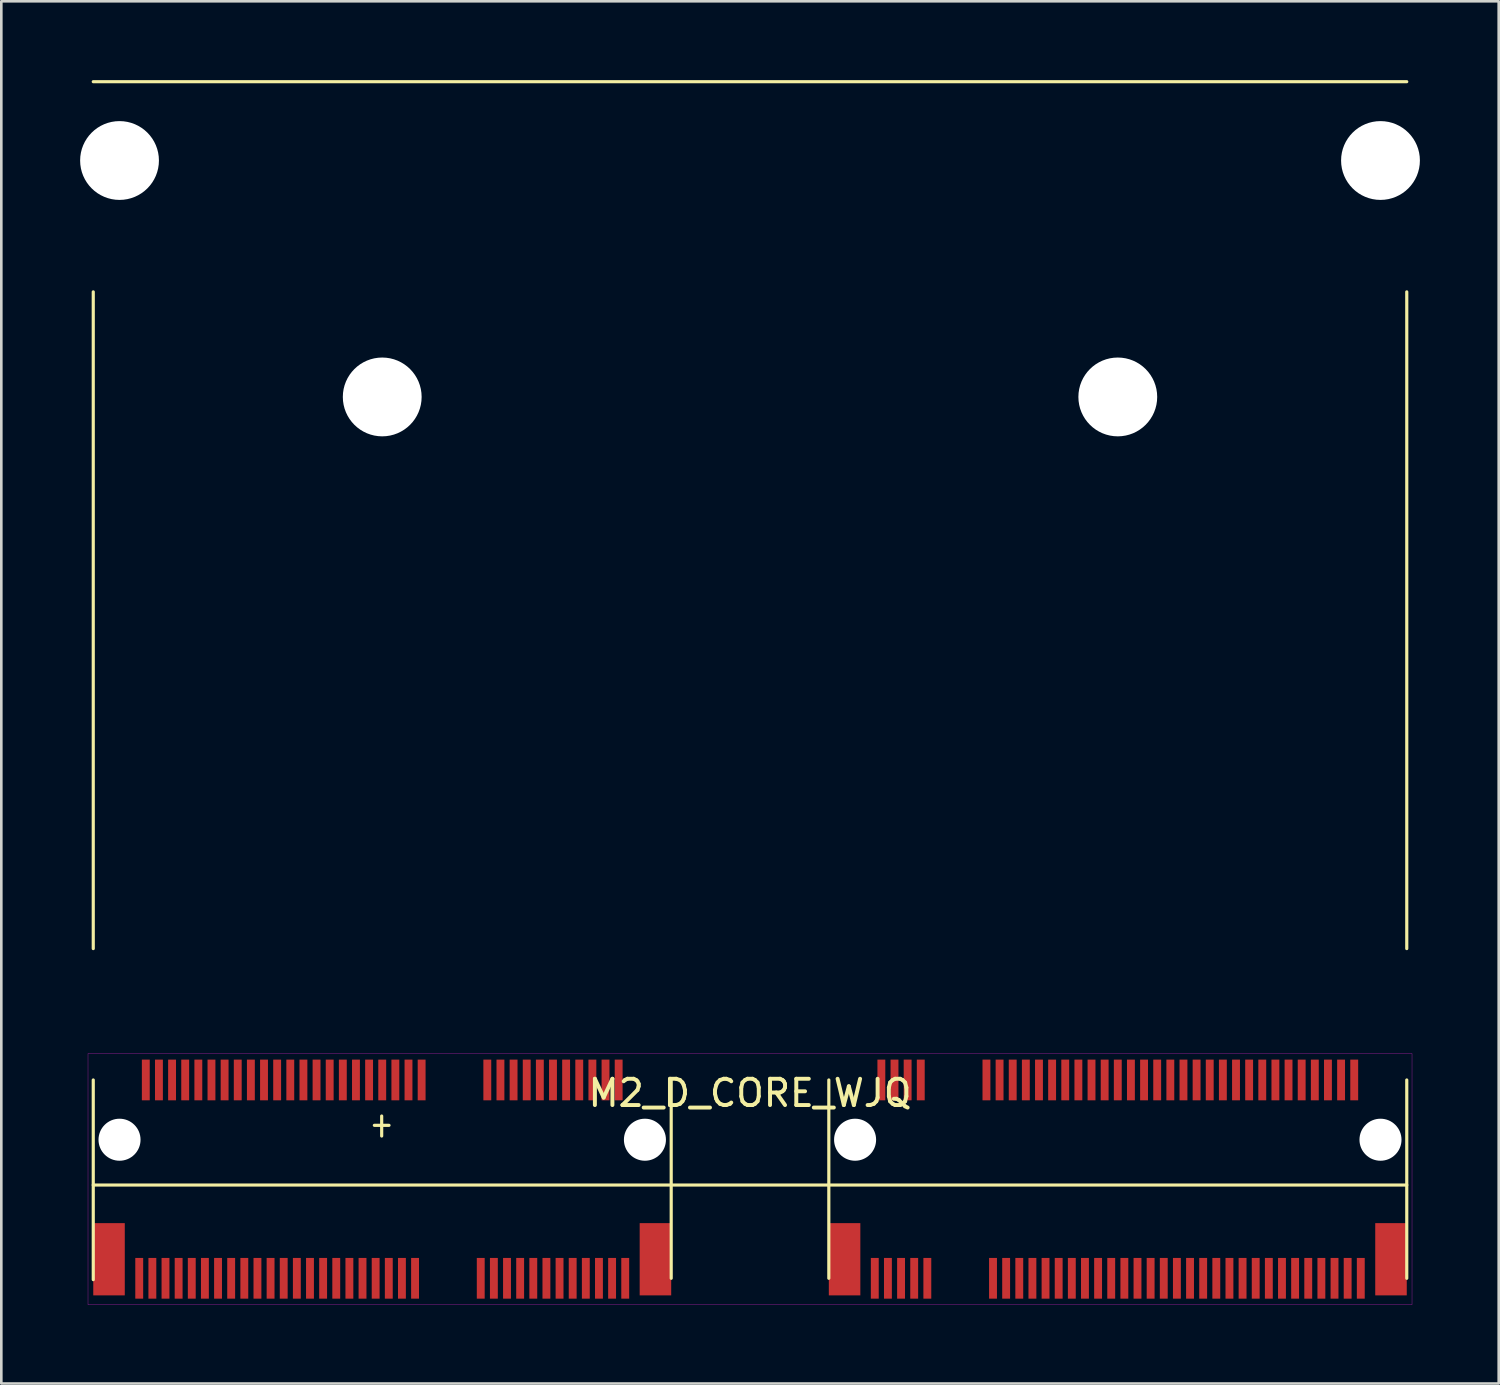
<source format=kicad_pcb>
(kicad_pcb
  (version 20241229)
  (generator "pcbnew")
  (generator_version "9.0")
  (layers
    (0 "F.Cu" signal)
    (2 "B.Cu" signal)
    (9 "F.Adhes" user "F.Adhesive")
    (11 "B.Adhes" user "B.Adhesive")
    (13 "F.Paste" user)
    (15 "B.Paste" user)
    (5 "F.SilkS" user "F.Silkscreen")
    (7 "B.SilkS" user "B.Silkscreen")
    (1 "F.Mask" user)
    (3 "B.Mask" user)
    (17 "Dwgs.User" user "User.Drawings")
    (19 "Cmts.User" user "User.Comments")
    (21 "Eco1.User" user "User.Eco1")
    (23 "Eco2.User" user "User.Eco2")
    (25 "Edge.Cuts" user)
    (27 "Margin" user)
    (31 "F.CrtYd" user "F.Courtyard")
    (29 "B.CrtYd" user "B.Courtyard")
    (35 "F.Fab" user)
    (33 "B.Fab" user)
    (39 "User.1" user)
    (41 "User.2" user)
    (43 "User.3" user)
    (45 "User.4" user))
  (footprint "M2_D_CORE_WJQ"
    (layer "F.Cu")
    (at 25.5 38.06)
    (property "Reference" "M2_D_CORE_WJQ" (at 0 0.5 0) (layer "F.SilkS") (effects (font (size 1 1) (thickness 0.15))))
    (attr through_hole)
    (fp_line (start -25 -38) (end 25 -38) (stroke (width 0.12) (type solid)) (layer "F.SilkS"))
    (fp_line (start -25 -5) (end -25 -30) (stroke (width 0.12) (type solid)) (layer "F.SilkS"))
    (fp_line (start -25 0) (end -25 7.601) (stroke (width 0.12) (type solid)) (layer "F.SilkS"))
    (fp_line (start -25 4) (end 25 4) (stroke (width 0.12) (type solid)) (layer "F.SilkS"))
    (fp_line (start -14.3 1.727) (end -13.741 1.727) (stroke (width 0.12) (type solid)) (layer "F.SilkS"))
    (fp_line (start -14.021 1.372) (end -14.021 2.134) (stroke (width 0.12) (type solid)) (layer "F.SilkS"))
    (fp_line (start -3 0) (end -3 7.55) (stroke (width 0.12) (type solid)) (layer "F.SilkS"))
    (fp_line (start 3 0) (end 3 7.55) (stroke (width 0.12) (type solid)) (layer "F.SilkS"))
    (fp_line (start 25 -5) (end 25 -30) (stroke (width 0.12) (type solid)) (layer "F.SilkS"))
    (fp_line (start 25 0) (end 25 7.55) (stroke (width 0.12) (type solid)) (layer "F.SilkS"))
    (fp_line (start -25.2 -1) (end -25.2 8.55) (stroke (width 0.01) (type solid)) (layer "F.CrtYd"))
    (fp_line (start -25.2 8.55) (end 25.2 8.55) (stroke (width 0.01) (type solid)) (layer "F.CrtYd"))
    (fp_line (start 25.2 -1) (end -25.2 -1) (stroke (width 0.01) (type solid)) (layer "F.CrtYd"))
    (fp_line (start 25.2 8.55) (end 25.2 -1) (stroke (width 0.01) (type solid)) (layer "F.CrtYd"))
    (pad "" np_thru_hole circle (at -24 -35) (size 3 3) (drill 3) (layers "*.Cu" "*.Mask"))
    (pad "" np_thru_hole circle (at -24 2.275) (size 1.6 1.6) (drill 1.6) (layers "*.Cu" "*.Mask"))
    (pad "" np_thru_hole circle (at -14 -26) (size 3 3) (drill 3) (layers "*.Cu" "*.Mask"))
    (pad "" np_thru_hole circle (at -4 2.275) (size 1.6 1.6) (drill 1.6) (layers "*.Cu" "*.Mask"))
    (pad "" np_thru_hole circle (at 4 2.275) (size 1.6 1.6) (drill 1.6) (layers "*.Cu" "*.Mask"))
    (pad "" np_thru_hole circle (at 14 -26) (size 3 3) (drill 3) (layers "*.Cu" "*.Mask"))
    (pad "" np_thru_hole circle (at 24 -35) (size 3 3) (drill 3) (layers "*.Cu" "*.Mask"))
    (pad "" np_thru_hole circle (at 24 2.275) (size 1.6 1.6) (drill 1.6) (layers "*.Cu" "*.Mask"))
    (pad "E1" smd rect (at -4.75 7.55) (size 0.3 1.55) (layers "F.Cu" "F.Mask" "F.Paste"))
    (pad "E2" smd rect (at -5 0) (size 0.3 1.55) (layers "F.Cu" "F.Mask" "F.Paste"))
    (pad "E3" smd rect (at -5.25 7.55) (size 0.3 1.55) (layers "F.Cu" "F.Mask" "F.Paste"))
    (pad "E4" smd rect (at -5.5 0) (size 0.3 1.55) (layers "F.Cu" "F.Mask" "F.Paste"))
    (pad "E5" smd rect (at -5.75 7.55) (size 0.3 1.55) (layers "F.Cu" "F.Mask" "F.Paste"))
    (pad "E6" smd rect (at -6 0) (size 0.3 1.55) (layers "F.Cu" "F.Mask" "F.Paste"))
    (pad "E7" smd rect (at -6.25 7.55) (size 0.3 1.55) (layers "F.Cu" "F.Mask" "F.Paste"))
    (pad "E8" smd rect (at -6.5 0) (size 0.3 1.55) (layers "F.Cu" "F.Mask" "F.Paste"))
    (pad "E9" smd rect (at -6.75 7.55) (size 0.3 1.55) (layers "F.Cu" "F.Mask" "F.Paste"))
    (pad "E10" smd rect (at -7 0) (size 0.3 1.55) (layers "F.Cu" "F.Mask" "F.Paste"))
    (pad "E11" smd rect (at -7.25 7.55) (size 0.3 1.55) (layers "F.Cu" "F.Mask" "F.Paste"))
    (pad "E12" smd rect (at -7.5 0) (size 0.3 1.55) (layers "F.Cu" "F.Mask" "F.Paste"))
    (pad "E13" smd rect (at -7.75 7.55) (size 0.3 1.55) (layers "F.Cu" "F.Mask" "F.Paste"))
    (pad "E14" smd rect (at -8 0) (size 0.3 1.55) (layers "F.Cu" "F.Mask" "F.Paste"))
    (pad "E15" smd rect (at -8.25 7.55) (size 0.3 1.55) (layers "F.Cu" "F.Mask" "F.Paste"))
    (pad "E16" smd rect (at -8.5 0) (size 0.3 1.55) (layers "F.Cu" "F.Mask" "F.Paste"))
    (pad "E17" smd rect (at -8.75 7.55) (size 0.3 1.55) (layers "F.Cu" "F.Mask" "F.Paste"))
    (pad "E18" smd rect (at -9 0) (size 0.3 1.55) (layers "F.Cu" "F.Mask" "F.Paste"))
    (pad "E19" smd rect (at -9.25 7.55) (size 0.3 1.55) (layers "F.Cu" "F.Mask" "F.Paste"))
    (pad "E20" smd rect (at -9.5 0) (size 0.3 1.55) (layers "F.Cu" "F.Mask" "F.Paste"))
    (pad "E21" smd rect (at -9.75 7.55) (size 0.3 1.55) (layers "F.Cu" "F.Mask" "F.Paste"))
    (pad "E22" smd rect (at -10 0) (size 0.3 1.55) (layers "F.Cu" "F.Mask" "F.Paste"))
    (pad "E23" smd rect (at -10.25 7.55) (size 0.3 1.55) (layers "F.Cu" "F.Mask" "F.Paste"))
    (pad "E32" smd rect (at -12.5 0) (size 0.3 1.55) (layers "F.Cu" "F.Mask" "F.Paste"))
    (pad "E33" smd rect (at -12.75 7.55) (size 0.3 1.55) (layers "F.Cu" "F.Mask" "F.Paste"))
    (pad "E34" smd rect (at -13 0) (size 0.3 1.55) (layers "F.Cu" "F.Mask" "F.Paste"))
    (pad "E35" smd rect (at -13.25 7.55) (size 0.3 1.55) (layers "F.Cu" "F.Mask" "F.Paste"))
    (pad "E36" smd rect (at -13.5 0) (size 0.3 1.55) (layers "F.Cu" "F.Mask" "F.Paste"))
    (pad "E37" smd rect (at -13.75 7.55) (size 0.3 1.55) (layers "F.Cu" "F.Mask" "F.Paste"))
    (pad "E38" smd rect (at -14 0) (size 0.3 1.55) (layers "F.Cu" "F.Mask" "F.Paste"))
    (pad "E39" smd rect (at -14.25 7.55) (size 0.3 1.55) (layers "F.Cu" "F.Mask" "F.Paste"))
    (pad "E40" smd rect (at -14.5 0) (size 0.3 1.55) (layers "F.Cu" "F.Mask" "F.Paste"))
    (pad "E41" smd rect (at -14.75 7.55) (size 0.3 1.55) (layers "F.Cu" "F.Mask" "F.Paste"))
    (pad "E42" smd rect (at -15 0) (size 0.3 1.55) (layers "F.Cu" "F.Mask" "F.Paste"))
    (pad "E43" smd rect (at -15.25 7.55) (size 0.3 1.55) (layers "F.Cu" "F.Mask" "F.Paste"))
    (pad "E44" smd rect (at -15.5 0) (size 0.3 1.55) (layers "F.Cu" "F.Mask" "F.Paste"))
    (pad "E45" smd rect (at -15.75 7.55) (size 0.3 1.55) (layers "F.Cu" "F.Mask" "F.Paste"))
    (pad "E46" smd rect (at -16 0) (size 0.3 1.55) (layers "F.Cu" "F.Mask" "F.Paste"))
    (pad "E47" smd rect (at -16.25 7.55) (size 0.3 1.55) (layers "F.Cu" "F.Mask" "F.Paste"))
    (pad "E48" smd rect (at -16.5 0) (size 0.3 1.55) (layers "F.Cu" "F.Mask" "F.Paste"))
    (pad "E49" smd rect (at -16.75 7.55) (size 0.3 1.55) (layers "F.Cu" "F.Mask" "F.Paste"))
    (pad "E50" smd rect (at -17 0) (size 0.3 1.55) (layers "F.Cu" "F.Mask" "F.Paste"))
    (pad "E51" smd rect (at -17.25 7.55) (size 0.3 1.55) (layers "F.Cu" "F.Mask" "F.Paste"))
    (pad "E52" smd rect (at -17.5 0) (size 0.3 1.55) (layers "F.Cu" "F.Mask" "F.Paste"))
    (pad "E53" smd rect (at -17.75 7.55) (size 0.3 1.55) (layers "F.Cu" "F.Mask" "F.Paste"))
    (pad "E54" smd rect (at -18 0) (size 0.3 1.55) (layers "F.Cu" "F.Mask" "F.Paste"))
    (pad "E55" smd rect (at -18.25 7.55) (size 0.3 1.55) (layers "F.Cu" "F.Mask" "F.Paste"))
    (pad "E56" smd rect (at -18.5 0) (size 0.3 1.55) (layers "F.Cu" "F.Mask" "F.Paste"))
    (pad "E57" smd rect (at -18.75 7.55) (size 0.3 1.55) (layers "F.Cu" "F.Mask" "F.Paste"))
    (pad "E58" smd rect (at -19 0) (size 0.3 1.55) (layers "F.Cu" "F.Mask" "F.Paste"))
    (pad "E59" smd rect (at -19.25 7.55) (size 0.3 1.55) (layers "F.Cu" "F.Mask" "F.Paste"))
    (pad "E60" smd rect (at -19.5 0) (size 0.3 1.55) (layers "F.Cu" "F.Mask" "F.Paste"))
    (pad "E61" smd rect (at -19.75 7.55) (size 0.3 1.55) (layers "F.Cu" "F.Mask" "F.Paste"))
    (pad "E62" smd rect (at -20 0) (size 0.3 1.55) (layers "F.Cu" "F.Mask" "F.Paste"))
    (pad "E63" smd rect (at -20.25 7.55) (size 0.3 1.55) (layers "F.Cu" "F.Mask" "F.Paste"))
    (pad "E64" smd rect (at -20.5 0) (size 0.3 1.55) (layers "F.Cu" "F.Mask" "F.Paste"))
    (pad "E65" smd rect (at -20.75 7.55) (size 0.3 1.55) (layers "F.Cu" "F.Mask" "F.Paste"))
    (pad "E66" smd rect (at -21 0) (size 0.3 1.55) (layers "F.Cu" "F.Mask" "F.Paste"))
    (pad "E67" smd rect (at -21.25 7.55) (size 0.3 1.55) (layers "F.Cu" "F.Mask" "F.Paste"))
    (pad "E68" smd rect (at -21.5 0) (size 0.3 1.55) (layers "F.Cu" "F.Mask" "F.Paste"))
    (pad "E69" smd rect (at -21.75 7.55) (size 0.3 1.55) (layers "F.Cu" "F.Mask" "F.Paste"))
    (pad "E70" smd rect (at -22 0) (size 0.3 1.55) (layers "F.Cu" "F.Mask" "F.Paste"))
    (pad "E71" smd rect (at -22.25 7.55) (size 0.3 1.55) (layers "F.Cu" "F.Mask" "F.Paste"))
    (pad "E72" smd rect (at -22.5 0) (size 0.3 1.55) (layers "F.Cu" "F.Mask" "F.Paste"))
    (pad "E73" smd rect (at -22.75 7.55) (size 0.3 1.55) (layers "F.Cu" "F.Mask" "F.Paste"))
    (pad "E74" smd rect (at -23 0) (size 0.3 1.55) (layers "F.Cu" "F.Mask" "F.Paste"))
    (pad "E75" smd rect (at -23.25 7.55) (size 0.3 1.55) (layers "F.Cu" "F.Mask" "F.Paste"))
    (pad "M1" smd rect (at 23.25 7.55) (size 0.3 1.55) (layers "F.Cu" "F.Mask" "F.Paste"))
    (pad "M2" smd rect (at 23 0) (size 0.3 1.55) (layers "F.Cu" "F.Mask" "F.Paste"))
    (pad "M3" smd rect (at 22.75 7.55) (size 0.3 1.55) (layers "F.Cu" "F.Mask" "F.Paste"))
    (pad "M4" smd rect (at 22.5 0) (size 0.3 1.55) (layers "F.Cu" "F.Mask" "F.Paste"))
    (pad "M5" smd rect (at 22.25 7.55) (size 0.3 1.55) (layers "F.Cu" "F.Mask" "F.Paste"))
    (pad "M6" smd rect (at 22 0) (size 0.3 1.55) (layers "F.Cu" "F.Mask" "F.Paste"))
    (pad "M7" smd rect (at 21.75 7.55) (size 0.3 1.55) (layers "F.Cu" "F.Mask" "F.Paste"))
    (pad "M8" smd rect (at 21.5 0) (size 0.3 1.55) (layers "F.Cu" "F.Mask" "F.Paste"))
    (pad "M9" smd rect (at 21.25 7.55) (size 0.3 1.55) (layers "F.Cu" "F.Mask" "F.Paste"))
    (pad "M10" smd rect (at 21 0) (size 0.3 1.55) (layers "F.Cu" "F.Mask" "F.Paste"))
    (pad "M11" smd rect (at 20.75 7.55) (size 0.3 1.55) (layers "F.Cu" "F.Mask" "F.Paste"))
    (pad "M12" smd rect (at 20.5 0) (size 0.3 1.55) (layers "F.Cu" "F.Mask" "F.Paste"))
    (pad "M13" smd rect (at 20.25 7.55) (size 0.3 1.55) (layers "F.Cu" "F.Mask" "F.Paste"))
    (pad "M14" smd rect (at 20 0) (size 0.3 1.55) (layers "F.Cu" "F.Mask" "F.Paste"))
    (pad "M15" smd rect (at 19.75 7.55) (size 0.3 1.55) (layers "F.Cu" "F.Mask" "F.Paste"))
    (pad "M16" smd rect (at 19.5 0) (size 0.3 1.55) (layers "F.Cu" "F.Mask" "F.Paste"))
    (pad "M17" smd rect (at 19.25 7.55) (size 0.3 1.55) (layers "F.Cu" "F.Mask" "F.Paste"))
    (pad "M18" smd rect (at 19 0) (size 0.3 1.55) (layers "F.Cu" "F.Mask" "F.Paste"))
    (pad "M19" smd rect (at 18.75 7.55) (size 0.3 1.55) (layers "F.Cu" "F.Mask" "F.Paste"))
    (pad "M20" smd rect (at 18.5 0) (size 0.3 1.55) (layers "F.Cu" "F.Mask" "F.Paste"))
    (pad "M21" smd rect (at 18.25 7.55) (size 0.3 1.55) (layers "F.Cu" "F.Mask" "F.Paste"))
    (pad "M22" smd rect (at 18 0) (size 0.3 1.55) (layers "F.Cu" "F.Mask" "F.Paste"))
    (pad "M23" smd rect (at 17.75 7.55) (size 0.3 1.55) (layers "F.Cu" "F.Mask" "F.Paste"))
    (pad "M24" smd rect (at 17.5 0) (size 0.3 1.55) (layers "F.Cu" "F.Mask" "F.Paste"))
    (pad "M25" smd rect (at 17.25 7.55) (size 0.3 1.55) (layers "F.Cu" "F.Mask" "F.Paste"))
    (pad "M26" smd rect (at 17 0) (size 0.3 1.55) (layers "F.Cu" "F.Mask" "F.Paste"))
    (pad "M27" smd rect (at 16.75 7.55) (size 0.3 1.55) (layers "F.Cu" "F.Mask" "F.Paste"))
    (pad "M28" smd rect (at 16.5 0) (size 0.3 1.55) (layers "F.Cu" "F.Mask" "F.Paste"))
    (pad "M29" smd rect (at 16.25 7.55) (size 0.3 1.55) (layers "F.Cu" "F.Mask" "F.Paste"))
    (pad "M30" smd rect (at 16 0) (size 0.3 1.55) (layers "F.Cu" "F.Mask" "F.Paste"))
    (pad "M31" smd rect (at 15.75 7.55) (size 0.3 1.55) (layers "F.Cu" "F.Mask" "F.Paste"))
    (pad "M32" smd rect (at 15.5 0) (size 0.3 1.55) (layers "F.Cu" "F.Mask" "F.Paste"))
    (pad "M33" smd rect (at 15.25 7.55) (size 0.3 1.55) (layers "F.Cu" "F.Mask" "F.Paste"))
    (pad "M34" smd rect (at 15 0) (size 0.3 1.55) (layers "F.Cu" "F.Mask" "F.Paste"))
    (pad "M35" smd rect (at 14.75 7.55) (size 0.3 1.55) (layers "F.Cu" "F.Mask" "F.Paste"))
    (pad "M36" smd rect (at 14.5 0) (size 0.3 1.55) (layers "F.Cu" "F.Mask" "F.Paste"))
    (pad "M37" smd rect (at 14.25 7.55) (size 0.3 1.55) (layers "F.Cu" "F.Mask" "F.Paste"))
    (pad "M38" smd rect (at 14 0) (size 0.3 1.55) (layers "F.Cu" "F.Mask" "F.Paste"))
    (pad "M39" smd rect (at 13.75 7.55) (size 0.3 1.55) (layers "F.Cu" "F.Mask" "F.Paste"))
    (pad "M40" smd rect (at 13.5 0) (size 0.3 1.55) (layers "F.Cu" "F.Mask" "F.Paste"))
    (pad "M41" smd rect (at 13.25 7.55) (size 0.3 1.55) (layers "F.Cu" "F.Mask" "F.Paste"))
    (pad "M42" smd rect (at 13 0) (size 0.3 1.55) (layers "F.Cu" "F.Mask" "F.Paste"))
    (pad "M43" smd rect (at 12.75 7.55) (size 0.3 1.55) (layers "F.Cu" "F.Mask" "F.Paste"))
    (pad "M44" smd rect (at 12.5 0) (size 0.3 1.55) (layers "F.Cu" "F.Mask" "F.Paste"))
    (pad "M45" smd rect (at 12.25 7.55) (size 0.3 1.55) (layers "F.Cu" "F.Mask" "F.Paste"))
    (pad "M46" smd rect (at 12 0) (size 0.3 1.55) (layers "F.Cu" "F.Mask" "F.Paste"))
    (pad "M47" smd rect (at 11.75 7.55) (size 0.3 1.55) (layers "F.Cu" "F.Mask" "F.Paste"))
    (pad "M48" smd rect (at 11.5 0) (size 0.3 1.55) (layers "F.Cu" "F.Mask" "F.Paste"))
    (pad "M49" smd rect (at 11.25 7.55) (size 0.3 1.55) (layers "F.Cu" "F.Mask" "F.Paste"))
    (pad "M50" smd rect (at 11 0) (size 0.3 1.55) (layers "F.Cu" "F.Mask" "F.Paste"))
    (pad "M51" smd rect (at 10.75 7.55) (size 0.3 1.55) (layers "F.Cu" "F.Mask" "F.Paste"))
    (pad "M52" smd rect (at 10.5 0) (size 0.3 1.55) (layers "F.Cu" "F.Mask" "F.Paste"))
    (pad "M53" smd rect (at 10.25 7.55) (size 0.3 1.55) (layers "F.Cu" "F.Mask" "F.Paste"))
    (pad "M54" smd rect (at 10 0) (size 0.3 1.55) (layers "F.Cu" "F.Mask" "F.Paste"))
    (pad "M55" smd rect (at 9.75 7.55) (size 0.3 1.55) (layers "F.Cu" "F.Mask" "F.Paste"))
    (pad "M56" smd rect (at 9.5 0) (size 0.3 1.55) (layers "F.Cu" "F.Mask" "F.Paste"))
    (pad "M57" smd rect (at 9.25 7.55) (size 0.3 1.55) (layers "F.Cu" "F.Mask" "F.Paste"))
    (pad "M58" smd rect (at 9 0) (size 0.3 1.55) (layers "F.Cu" "F.Mask" "F.Paste"))
    (pad "M67" smd rect (at 6.75 7.55) (size 0.3 1.55) (layers "F.Cu" "F.Mask" "F.Paste"))
    (pad "M68" smd rect (at 6.5 0) (size 0.3 1.55) (layers "F.Cu" "F.Mask" "F.Paste"))
    (pad "M69" smd rect (at 6.25 7.55) (size 0.3 1.55) (layers "F.Cu" "F.Mask" "F.Paste"))
    (pad "M70" smd rect (at 6 0) (size 0.3 1.55) (layers "F.Cu" "F.Mask" "F.Paste"))
    (pad "M71" smd rect (at 5.75 7.55) (size 0.3 1.55) (layers "F.Cu" "F.Mask" "F.Paste"))
    (pad "M72" smd rect (at 5.5 0) (size 0.3 1.55) (layers "F.Cu" "F.Mask" "F.Paste"))
    (pad "M73" smd rect (at 5.25 7.55) (size 0.3 1.55) (layers "F.Cu" "F.Mask" "F.Paste"))
    (pad "M74" smd rect (at 5 0) (size 0.3 1.55) (layers "F.Cu" "F.Mask" "F.Paste"))
    (pad "M75" smd rect (at 4.75 7.55) (size 0.3 1.55) (layers "F.Cu" "F.Mask" "F.Paste"))
    (pad "MP" smd rect (at -24.4 6.825) (size 1.2 2.75) (layers "F.Cu" "F.Mask" "F.Paste"))
    (pad "MP" smd rect (at -3.6 6.825) (size 1.2 2.75) (layers "F.Cu" "F.Mask" "F.Paste"))
    (pad "MP" smd rect (at 3.6 6.825) (size 1.2 2.75) (layers "F.Cu" "F.Mask" "F.Paste"))
    (pad "MP" smd rect (at 24.4 6.825) (size 1.2 2.75) (layers "F.Cu" "F.Mask" "F.Paste")))
  (gr_rect
    (start -3 -3)
    (end 54 49.615)
    (stroke (width 0.1) (type default))
    (fill no)
    (layer "Edge.Cuts")))
</source>
